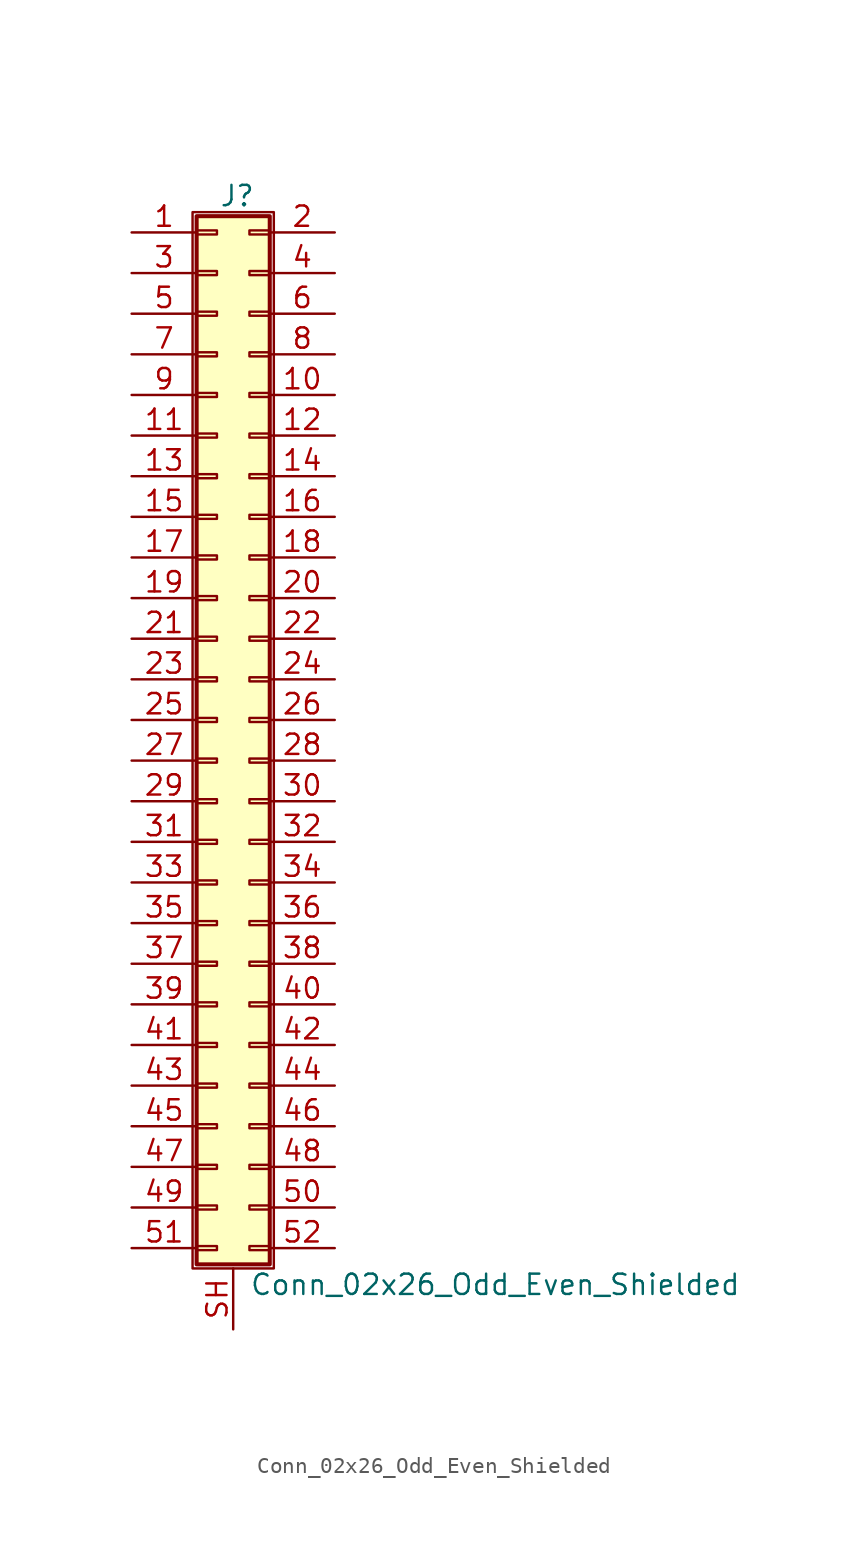
<source format=kicad_sym>
(kicad_symbol_lib
  (version 20201005)
  (generator kicad_symbol_editor)
  (symbol "Conn_02x26_Odd_Even_Shielded"
    (pin_names
      (offset 1.016) hide)
    (property "Reference" "J"
      (at 1.524 32.766 0)
      (effects (font (size 1.27 1.27))))
    (property "Value" "Conn_02x26_Odd_Even_Shielded"
      (at 2.286 -35.306 0)
      (effects (font (size 1.27 1.27)) (justify left)))
    (symbol "Conn_02x26_Odd_Even_Shielded_1_1"
      (rectangle (start -1.27 31.75) (end 3.81 -34.29) (stroke (width 0.152)) (fill (type none)))
      (rectangle (start -1.016 -32.893) (end 0.254 -33.147) (stroke (width 0.152)) (fill (type none)))
      (rectangle (start -1.016 -30.353) (end 0.254 -30.607) (stroke (width 0.152)) (fill (type none)))
      (rectangle (start -1.016 -27.813) (end 0.254 -28.067) (stroke (width 0.152)) (fill (type none)))
      (rectangle (start -1.016 -25.273) (end 0.254 -25.527) (stroke (width 0.152)) (fill (type none)))
      (rectangle (start -1.016 -22.733) (end 0.254 -22.987) (stroke (width 0.152)) (fill (type none)))
      (rectangle (start -1.016 -20.193) (end 0.254 -20.447) (stroke (width 0.152)) (fill (type none)))
      (rectangle (start -1.016 -17.653) (end 0.254 -17.907) (stroke (width 0.152)) (fill (type none)))
      (rectangle (start -1.016 -15.113) (end 0.254 -15.367) (stroke (width 0.152)) (fill (type none)))
      (rectangle (start -1.016 -12.573) (end 0.254 -12.827) (stroke (width 0.152)) (fill (type none)))
      (rectangle (start -1.016 -10.033) (end 0.254 -10.287) (stroke (width 0.152)) (fill (type none)))
      (rectangle (start -1.016 -7.493) (end 0.254 -7.747) (stroke (width 0.152)) (fill (type none)))
      (rectangle (start -1.016 -4.953) (end 0.254 -5.207) (stroke (width 0.152)) (fill (type none)))
      (rectangle (start -1.016 -2.413) (end 0.254 -2.667) (stroke (width 0.152)) (fill (type none)))
      (rectangle (start -1.016 0.127) (end 0.254 -0.127) (stroke (width 0.152)) (fill (type none)))
      (rectangle (start -1.016 2.667) (end 0.254 2.413) (stroke (width 0.152)) (fill (type none)))
      (rectangle (start -1.016 5.207) (end 0.254 4.953) (stroke (width 0.152)) (fill (type none)))
      (rectangle (start -1.016 7.747) (end 0.254 7.493) (stroke (width 0.152)) (fill (type none)))
      (rectangle (start -1.016 10.287) (end 0.254 10.033) (stroke (width 0.152)) (fill (type none)))
      (rectangle (start -1.016 12.827) (end 0.254 12.573) (stroke (width 0.152)) (fill (type none)))
      (rectangle (start -1.016 15.367) (end 0.254 15.113) (stroke (width 0.152)) (fill (type none)))
      (rectangle (start -1.016 17.907) (end 0.254 17.653) (stroke (width 0.152)) (fill (type none)))
      (rectangle (start -1.016 20.447) (end 0.254 20.193) (stroke (width 0.152)) (fill (type none)))
      (rectangle (start -1.016 22.987) (end 0.254 22.733) (stroke (width 0.152)) (fill (type none)))
      (rectangle (start -1.016 25.527) (end 0.254 25.273) (stroke (width 0.152)) (fill (type none)))
      (rectangle (start -1.016 28.067) (end 0.254 27.813) (stroke (width 0.152)) (fill (type none)))
      (rectangle (start -1.016 30.607) (end 0.254 30.353) (stroke (width 0.152)) (fill (type none)))
      (rectangle (start -1.016 31.496) (end 3.556 -34.036) (stroke (width 0.254)) (fill (type background)))
      (rectangle (start 3.556 -32.893) (end 2.286 -33.147) (stroke (width 0.152)) (fill (type none)))
      (rectangle (start 3.556 -30.353) (end 2.286 -30.607) (stroke (width 0.152)) (fill (type none)))
      (rectangle (start 3.556 -27.813) (end 2.286 -28.067) (stroke (width 0.152)) (fill (type none)))
      (rectangle (start 3.556 -25.273) (end 2.286 -25.527) (stroke (width 0.152)) (fill (type none)))
      (rectangle (start 3.556 -22.733) (end 2.286 -22.987) (stroke (width 0.152)) (fill (type none)))
      (rectangle (start 3.556 -20.193) (end 2.286 -20.447) (stroke (width 0.152)) (fill (type none)))
      (rectangle (start 3.556 -17.653) (end 2.286 -17.907) (stroke (width 0.152)) (fill (type none)))
      (rectangle (start 3.556 -15.113) (end 2.286 -15.367) (stroke (width 0.152)) (fill (type none)))
      (rectangle (start 3.556 -12.573) (end 2.286 -12.827) (stroke (width 0.152)) (fill (type none)))
      (rectangle (start 3.556 -10.033) (end 2.286 -10.287) (stroke (width 0.152)) (fill (type none)))
      (rectangle (start 3.556 -7.493) (end 2.286 -7.747) (stroke (width 0.152)) (fill (type none)))
      (rectangle (start 3.556 -4.953) (end 2.286 -5.207) (stroke (width 0.152)) (fill (type none)))
      (rectangle (start 3.556 -2.413) (end 2.286 -2.667) (stroke (width 0.152)) (fill (type none)))
      (rectangle (start 3.556 0.127) (end 2.286 -0.127) (stroke (width 0.152)) (fill (type none)))
      (rectangle (start 3.556 2.667) (end 2.286 2.413) (stroke (width 0.152)) (fill (type none)))
      (rectangle (start 3.556 5.207) (end 2.286 4.953) (stroke (width 0.152)) (fill (type none)))
      (rectangle (start 3.556 7.747) (end 2.286 7.493) (stroke (width 0.152)) (fill (type none)))
      (rectangle (start 3.556 10.287) (end 2.286 10.033) (stroke (width 0.152)) (fill (type none)))
      (rectangle (start 3.556 12.827) (end 2.286 12.573) (stroke (width 0.152)) (fill (type none)))
      (rectangle (start 3.556 15.367) (end 2.286 15.113) (stroke (width 0.152)) (fill (type none)))
      (rectangle (start 3.556 17.907) (end 2.286 17.653) (stroke (width 0.152)) (fill (type none)))
      (rectangle (start 3.556 20.447) (end 2.286 20.193) (stroke (width 0.152)) (fill (type none)))
      (rectangle (start 3.556 22.987) (end 2.286 22.733) (stroke (width 0.152)) (fill (type none)))
      (rectangle (start 3.556 25.527) (end 2.286 25.273) (stroke (width 0.152)) (fill (type none)))
      (rectangle (start 3.556 28.067) (end 2.286 27.813) (stroke (width 0.152)) (fill (type none)))
      (rectangle (start 3.556 30.607) (end 2.286 30.353) (stroke (width 0.152)) (fill (type none)))
      (pin passive line (at -5.08 30.48 0) (length 4.064) (name "Pin_1" (effects (font (size 1.27 1.27)))) (number "1" (effects (font (size 1.27 1.27)))))
      (pin passive line (at 7.62 20.32 180) (length 4.064) (name "Pin_10" (effects (font (size 1.27 1.27)))) (number "10" (effects (font (size 1.27 1.27)))))
      (pin passive line (at -5.08 17.78 0) (length 4.064) (name "Pin_11" (effects (font (size 1.27 1.27)))) (number "11" (effects (font (size 1.27 1.27)))))
      (pin passive line (at 7.62 17.78 180) (length 4.064) (name "Pin_12" (effects (font (size 1.27 1.27)))) (number "12" (effects (font (size 1.27 1.27)))))
      (pin passive line (at -5.08 15.24 0) (length 4.064) (name "Pin_13" (effects (font (size 1.27 1.27)))) (number "13" (effects (font (size 1.27 1.27)))))
      (pin passive line (at 7.62 15.24 180) (length 4.064) (name "Pin_14" (effects (font (size 1.27 1.27)))) (number "14" (effects (font (size 1.27 1.27)))))
      (pin passive line (at -5.08 12.7 0) (length 4.064) (name "Pin_15" (effects (font (size 1.27 1.27)))) (number "15" (effects (font (size 1.27 1.27)))))
      (pin passive line (at 7.62 12.7 180) (length 4.064) (name "Pin_16" (effects (font (size 1.27 1.27)))) (number "16" (effects (font (size 1.27 1.27)))))
      (pin passive line (at -5.08 10.16 0) (length 4.064) (name "Pin_17" (effects (font (size 1.27 1.27)))) (number "17" (effects (font (size 1.27 1.27)))))
      (pin passive line (at 7.62 10.16 180) (length 4.064) (name "Pin_18" (effects (font (size 1.27 1.27)))) (number "18" (effects (font (size 1.27 1.27)))))
      (pin passive line (at -5.08 7.62 0) (length 4.064) (name "Pin_19" (effects (font (size 1.27 1.27)))) (number "19" (effects (font (size 1.27 1.27)))))
      (pin passive line (at 7.62 30.48 180) (length 4.064) (name "Pin_2" (effects (font (size 1.27 1.27)))) (number "2" (effects (font (size 1.27 1.27)))))
      (pin passive line (at 7.62 7.62 180) (length 4.064) (name "Pin_20" (effects (font (size 1.27 1.27)))) (number "20" (effects (font (size 1.27 1.27)))))
      (pin passive line (at -5.08 5.08 0) (length 4.064) (name "Pin_21" (effects (font (size 1.27 1.27)))) (number "21" (effects (font (size 1.27 1.27)))))
      (pin passive line (at 7.62 5.08 180) (length 4.064) (name "Pin_22" (effects (font (size 1.27 1.27)))) (number "22" (effects (font (size 1.27 1.27)))))
      (pin passive line (at -5.08 2.54 0) (length 4.064) (name "Pin_23" (effects (font (size 1.27 1.27)))) (number "23" (effects (font (size 1.27 1.27)))))
      (pin passive line (at 7.62 2.54 180) (length 4.064) (name "Pin_24" (effects (font (size 1.27 1.27)))) (number "24" (effects (font (size 1.27 1.27)))))
      (pin passive line (at -5.08 0 0) (length 4.064) (name "Pin_25" (effects (font (size 1.27 1.27)))) (number "25" (effects (font (size 1.27 1.27)))))
      (pin passive line (at 7.62 0 180) (length 4.064) (name "Pin_26" (effects (font (size 1.27 1.27)))) (number "26" (effects (font (size 1.27 1.27)))))
      (pin passive line (at -5.08 -2.54 0) (length 4.064) (name "Pin_27" (effects (font (size 1.27 1.27)))) (number "27" (effects (font (size 1.27 1.27)))))
      (pin passive line (at 7.62 -2.54 180) (length 4.064) (name "Pin_28" (effects (font (size 1.27 1.27)))) (number "28" (effects (font (size 1.27 1.27)))))
      (pin passive line (at -5.08 -5.08 0) (length 4.064) (name "Pin_29" (effects (font (size 1.27 1.27)))) (number "29" (effects (font (size 1.27 1.27)))))
      (pin passive line (at -5.08 27.94 0) (length 4.064) (name "Pin_3" (effects (font (size 1.27 1.27)))) (number "3" (effects (font (size 1.27 1.27)))))
      (pin passive line (at 7.62 -5.08 180) (length 4.064) (name "Pin_30" (effects (font (size 1.27 1.27)))) (number "30" (effects (font (size 1.27 1.27)))))
      (pin passive line (at -5.08 -7.62 0) (length 4.064) (name "Pin_31" (effects (font (size 1.27 1.27)))) (number "31" (effects (font (size 1.27 1.27)))))
      (pin passive line (at 7.62 -7.62 180) (length 4.064) (name "Pin_32" (effects (font (size 1.27 1.27)))) (number "32" (effects (font (size 1.27 1.27)))))
      (pin passive line (at -5.08 -10.16 0) (length 4.064) (name "Pin_33" (effects (font (size 1.27 1.27)))) (number "33" (effects (font (size 1.27 1.27)))))
      (pin passive line (at 7.62 -10.16 180) (length 4.064) (name "Pin_34" (effects (font (size 1.27 1.27)))) (number "34" (effects (font (size 1.27 1.27)))))
      (pin passive line (at -5.08 -12.7 0) (length 4.064) (name "Pin_35" (effects (font (size 1.27 1.27)))) (number "35" (effects (font (size 1.27 1.27)))))
      (pin passive line (at 7.62 -12.7 180) (length 4.064) (name "Pin_36" (effects (font (size 1.27 1.27)))) (number "36" (effects (font (size 1.27 1.27)))))
      (pin passive line (at -5.08 -15.24 0) (length 4.064) (name "Pin_37" (effects (font (size 1.27 1.27)))) (number "37" (effects (font (size 1.27 1.27)))))
      (pin passive line (at 7.62 -15.24 180) (length 4.064) (name "Pin_38" (effects (font (size 1.27 1.27)))) (number "38" (effects (font (size 1.27 1.27)))))
      (pin passive line (at -5.08 -17.78 0) (length 4.064) (name "Pin_39" (effects (font (size 1.27 1.27)))) (number "39" (effects (font (size 1.27 1.27)))))
      (pin passive line (at 7.62 27.94 180) (length 4.064) (name "Pin_4" (effects (font (size 1.27 1.27)))) (number "4" (effects (font (size 1.27 1.27)))))
      (pin passive line (at 7.62 -17.78 180) (length 4.064) (name "Pin_40" (effects (font (size 1.27 1.27)))) (number "40" (effects (font (size 1.27 1.27)))))
      (pin passive line (at -5.08 -20.32 0) (length 4.064) (name "Pin_41" (effects (font (size 1.27 1.27)))) (number "41" (effects (font (size 1.27 1.27)))))
      (pin passive line (at 7.62 -20.32 180) (length 4.064) (name "Pin_42" (effects (font (size 1.27 1.27)))) (number "42" (effects (font (size 1.27 1.27)))))
      (pin passive line (at -5.08 -22.86 0) (length 4.064) (name "Pin_43" (effects (font (size 1.27 1.27)))) (number "43" (effects (font (size 1.27 1.27)))))
      (pin passive line (at 7.62 -22.86 180) (length 4.064) (name "Pin_44" (effects (font (size 1.27 1.27)))) (number "44" (effects (font (size 1.27 1.27)))))
      (pin passive line (at -5.08 -25.4 0) (length 4.064) (name "Pin_45" (effects (font (size 1.27 1.27)))) (number "45" (effects (font (size 1.27 1.27)))))
      (pin passive line (at 7.62 -25.4 180) (length 4.064) (name "Pin_46" (effects (font (size 1.27 1.27)))) (number "46" (effects (font (size 1.27 1.27)))))
      (pin passive line (at -5.08 -27.94 0) (length 4.064) (name "Pin_47" (effects (font (size 1.27 1.27)))) (number "47" (effects (font (size 1.27 1.27)))))
      (pin passive line (at 7.62 -27.94 180) (length 4.064) (name "Pin_48" (effects (font (size 1.27 1.27)))) (number "48" (effects (font (size 1.27 1.27)))))
      (pin passive line (at -5.08 -30.48 0) (length 4.064) (name "Pin_49" (effects (font (size 1.27 1.27)))) (number "49" (effects (font (size 1.27 1.27)))))
      (pin passive line (at -5.08 25.4 0) (length 4.064) (name "Pin_5" (effects (font (size 1.27 1.27)))) (number "5" (effects (font (size 1.27 1.27)))))
      (pin passive line (at 7.62 -30.48 180) (length 4.064) (name "Pin_50" (effects (font (size 1.27 1.27)))) (number "50" (effects (font (size 1.27 1.27)))))
      (pin passive line (at -5.08 -33.02 0) (length 4.064) (name "Pin_51" (effects (font (size 1.27 1.27)))) (number "51" (effects (font (size 1.27 1.27)))))
      (pin passive line (at 7.62 -33.02 180) (length 4.064) (name "Pin_52" (effects (font (size 1.27 1.27)))) (number "52" (effects (font (size 1.27 1.27)))))
      (pin passive line (at 7.62 25.4 180) (length 4.064) (name "Pin_6" (effects (font (size 1.27 1.27)))) (number "6" (effects (font (size 1.27 1.27)))))
      (pin passive line (at -5.08 22.86 0) (length 4.064) (name "Pin_7" (effects (font (size 1.27 1.27)))) (number "7" (effects (font (size 1.27 1.27)))))
      (pin passive line (at 7.62 22.86 180) (length 4.064) (name "Pin_8" (effects (font (size 1.27 1.27)))) (number "8" (effects (font (size 1.27 1.27)))))
      (pin passive line (at -5.08 20.32 0) (length 4.064) (name "Pin_9" (effects (font (size 1.27 1.27)))) (number "9" (effects (font (size 1.27 1.27)))))
      (pin passive line (at 1.27 -38.1 90) (length 3.81) (name "Shield" (effects (font (size 1.27 1.27)))) (number "SH" (effects (font (size 1.27 1.27))))))))
</source>
